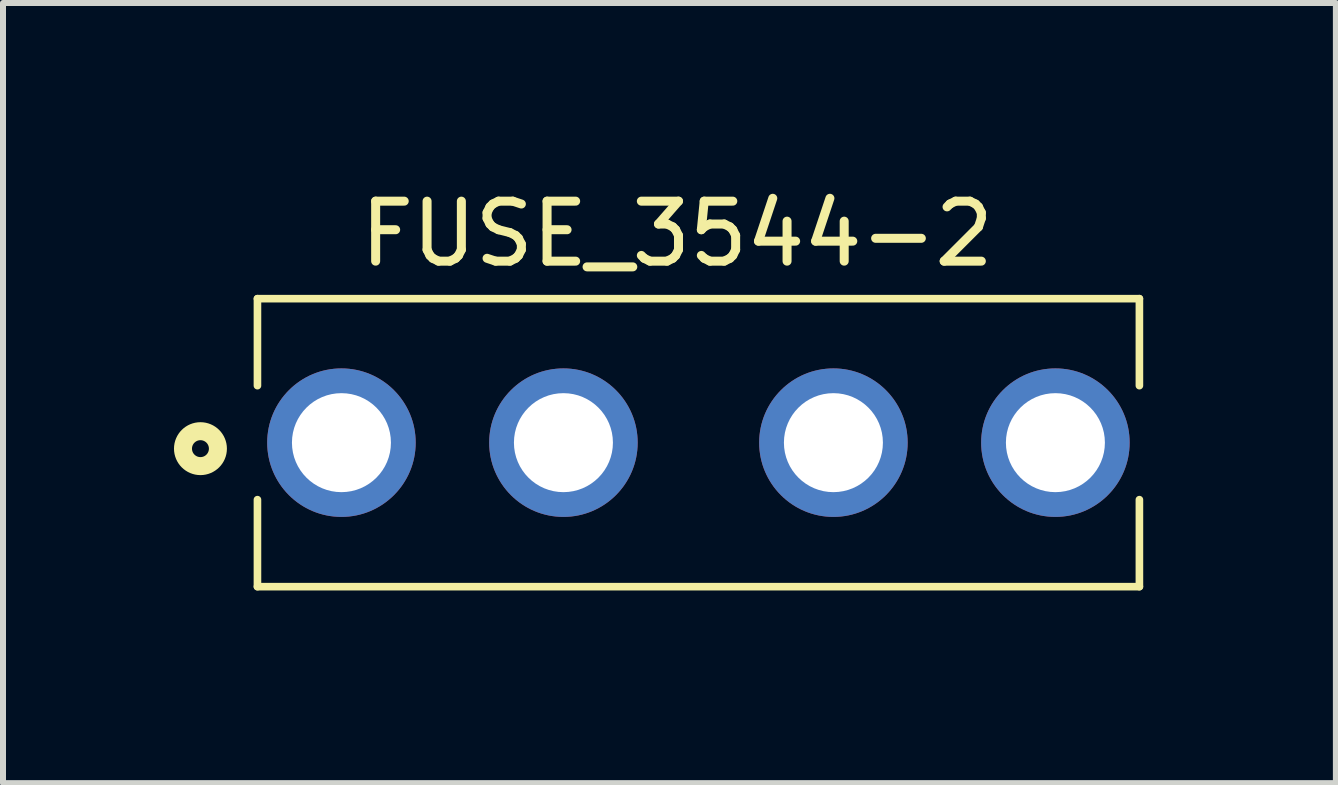
<source format=kicad_pcb>
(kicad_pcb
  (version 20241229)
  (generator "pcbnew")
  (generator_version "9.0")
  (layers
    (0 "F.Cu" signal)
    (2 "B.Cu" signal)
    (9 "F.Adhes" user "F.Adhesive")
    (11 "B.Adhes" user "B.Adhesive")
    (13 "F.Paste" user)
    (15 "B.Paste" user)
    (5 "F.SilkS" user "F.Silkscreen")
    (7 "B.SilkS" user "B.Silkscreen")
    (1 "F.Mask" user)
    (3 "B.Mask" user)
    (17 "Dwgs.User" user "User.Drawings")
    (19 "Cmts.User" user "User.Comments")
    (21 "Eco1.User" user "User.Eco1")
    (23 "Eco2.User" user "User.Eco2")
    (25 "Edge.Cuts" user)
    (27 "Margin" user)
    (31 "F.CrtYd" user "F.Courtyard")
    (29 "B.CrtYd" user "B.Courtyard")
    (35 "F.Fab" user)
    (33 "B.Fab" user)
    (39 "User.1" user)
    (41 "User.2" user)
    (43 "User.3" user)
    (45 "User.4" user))
  (footprint "FUSE_3544-2"
    (layer "F.Cu")
    (at 8.591 4.328)
    (property "Reference" "FUSE_3544-2" (at -0.356 -3.48 0) (layer "F.SilkS") (effects (font (size 1 1) (thickness 0.15))))
    (attr through_hole)
    (fp_line (start -7.35 -2.4) (end -7.35 -0.95) (stroke (width 0.127) (type solid)) (layer "F.SilkS"))
    (fp_line (start -7.35 -2.4) (end 7.35 -2.4) (stroke (width 0.127) (type solid)) (layer "F.SilkS"))
    (fp_line (start -7.35 0.95) (end -7.35 2.4) (stroke (width 0.127) (type solid)) (layer "F.SilkS"))
    (fp_line (start 7.35 -2.4) (end 7.35 -0.95) (stroke (width 0.127) (type solid)) (layer "F.SilkS"))
    (fp_line (start 7.35 0.95) (end 7.35 2.4) (stroke (width 0.127) (type solid)) (layer "F.SilkS"))
    (fp_line (start 7.35 2.4) (end -7.35 2.4) (stroke (width 0.127) (type solid)) (layer "F.SilkS"))
    (fp_circle (center -8.3 0.1) (end -8.159 0.1) (stroke (width 0.3) (type solid)) (fill no) (layer "F.SilkS"))
    (fp_line (start -7.6 -2.65) (end 7.6 -2.65) (stroke (width 0.05) (type solid)) (layer "Eco1.User"))
    (fp_line (start -7.6 2.65) (end -7.6 -2.65) (stroke (width 0.05) (type solid)) (layer "Eco1.User"))
    (fp_line (start 7.6 -2.65) (end 7.6 2.65) (stroke (width 0.05) (type solid)) (layer "Eco1.User"))
    (fp_line (start 7.6 2.65) (end -7.6 2.65) (stroke (width 0.05) (type solid)) (layer "Eco1.User"))
    (fp_line (start -7.35 -2.4) (end 7.35 -2.4) (stroke (width 0.127) (type solid)) (layer "Eco2.User"))
    (fp_line (start -7.35 2.4) (end -7.35 -2.4) (stroke (width 0.127) (type solid)) (layer "Eco2.User"))
    (fp_line (start 7.35 -2.4) (end 7.35 2.4) (stroke (width 0.127) (type solid)) (layer "Eco2.User"))
    (fp_line (start 7.35 2.4) (end -7.35 2.4) (stroke (width 0.127) (type solid)) (layer "Eco2.User"))
    (fp_circle (center -8.3 0.1) (end -8.159 0.1) (stroke (width 0.3) (type solid)) (fill no) (layer "Eco2.User"))
    (pad "1_1" thru_hole circle (at -5.95 0) (size 2.475 2.475) (drill 1.65) (layers "*.Cu" "*.Mask"))
    (pad "1_2" thru_hole circle (at -2.25 0) (size 2.475 2.475) (drill 1.65) (layers "*.Cu" "*.Mask"))
    (pad "2_1" thru_hole circle (at 2.25 0) (size 2.475 2.475) (drill 1.65) (layers "*.Cu" "*.Mask"))
    (pad "2_2" thru_hole circle (at 5.95 0) (size 2.475 2.475) (drill 1.65) (layers "*.Cu" "*.Mask")))
  (gr_rect
    (start -3 -3)
    (end 19.216 10.003)
    (stroke (width 0.1) (type default))
    (fill no)
    (layer "Edge.Cuts")))
</source>
